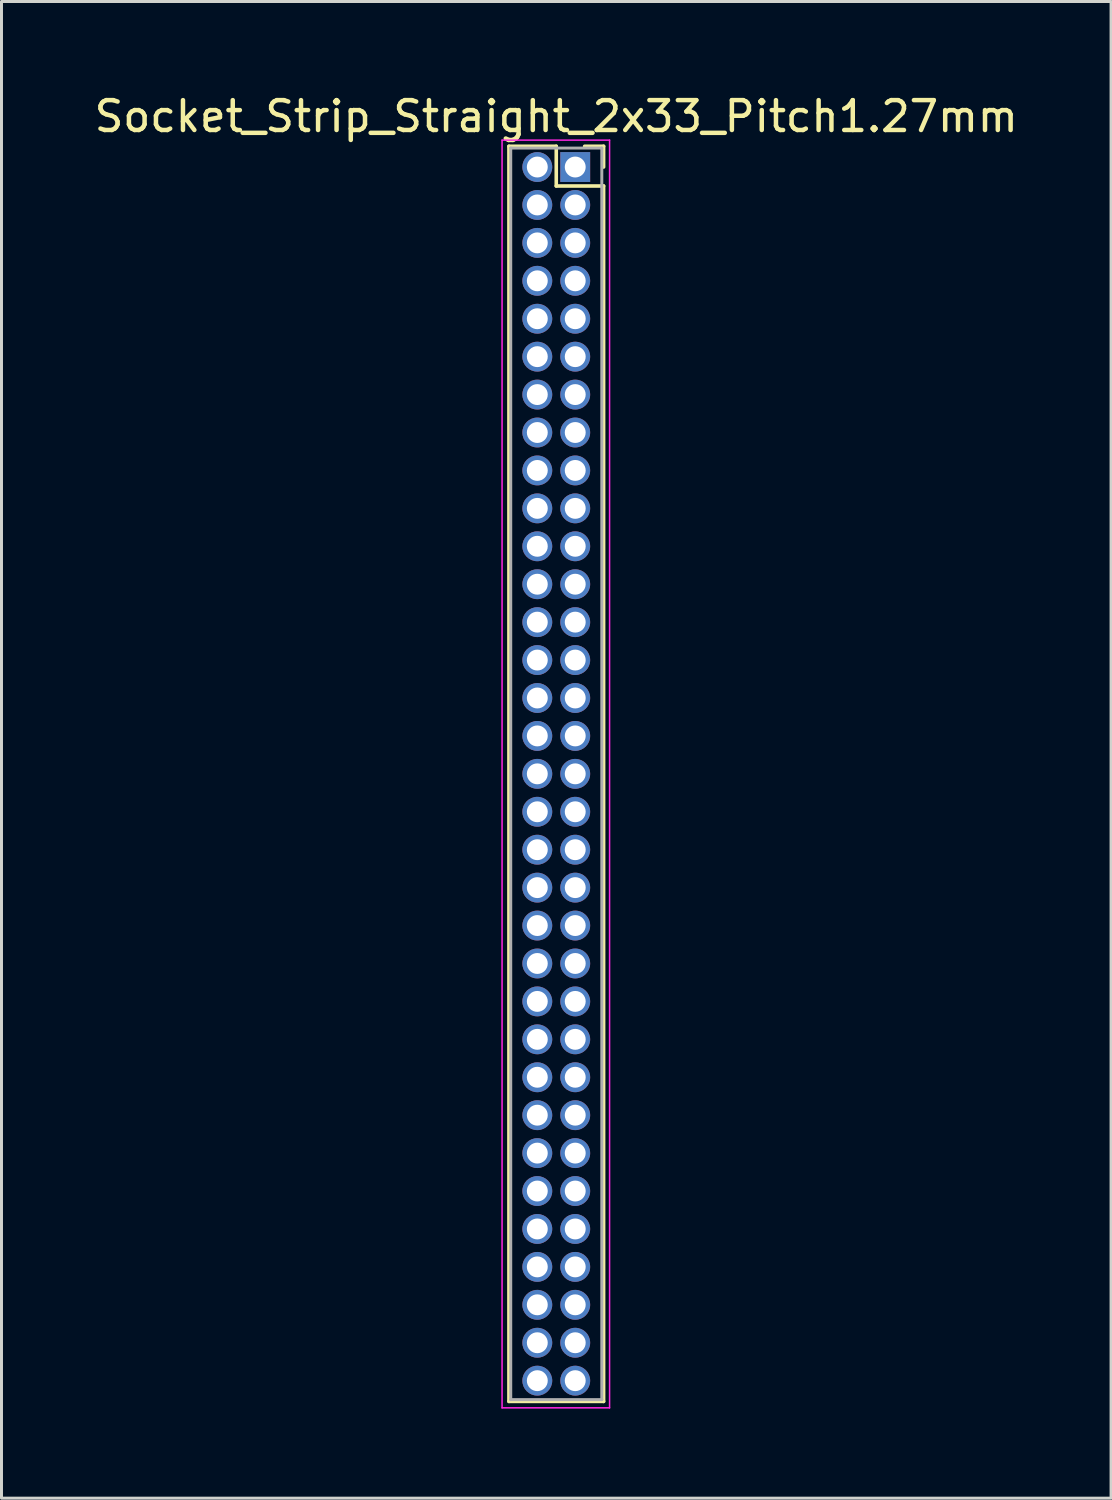
<source format=kicad_pcb>
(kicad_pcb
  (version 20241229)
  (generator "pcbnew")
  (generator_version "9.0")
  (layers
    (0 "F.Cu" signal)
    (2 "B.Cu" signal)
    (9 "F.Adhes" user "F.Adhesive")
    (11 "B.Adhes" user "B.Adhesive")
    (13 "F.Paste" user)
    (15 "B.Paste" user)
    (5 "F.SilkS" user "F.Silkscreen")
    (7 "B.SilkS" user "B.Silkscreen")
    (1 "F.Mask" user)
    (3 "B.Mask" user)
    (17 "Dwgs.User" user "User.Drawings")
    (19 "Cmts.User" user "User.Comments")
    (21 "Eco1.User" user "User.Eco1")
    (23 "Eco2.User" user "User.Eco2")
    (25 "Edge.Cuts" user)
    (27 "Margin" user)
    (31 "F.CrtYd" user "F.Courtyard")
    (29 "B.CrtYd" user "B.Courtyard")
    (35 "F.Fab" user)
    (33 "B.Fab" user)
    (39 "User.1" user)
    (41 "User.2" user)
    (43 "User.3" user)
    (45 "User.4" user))
  (footprint "Socket_Strip_Straight_2x33_Pitch1.27mm"
    (layer "F.Cu")
    (at 16.212 2.543)
    (property "Reference" "Socket_Strip_Straight_2x33_Pitch1.27mm" (at -0.635 -1.695 0) (layer "F.SilkS") (effects (font (size 1 1) (thickness 0.15))))
    (attr through_hole)
    (fp_line (start -2.22 -0.695) (end -0.635 -0.695) (stroke (width 0.12) (type solid)) (layer "F.SilkS"))
    (fp_line (start -2.22 41.335) (end -2.22 -0.695) (stroke (width 0.12) (type solid)) (layer "F.SilkS"))
    (fp_line (start -0.635 -0.695) (end -0.635 0.635) (stroke (width 0.12) (type solid)) (layer "F.SilkS"))
    (fp_line (start -0.635 0.635) (end 0.95 0.635) (stroke (width 0.12) (type solid)) (layer "F.SilkS"))
    (fp_line (start 0.95 -0.695) (end 0.315 -0.695) (stroke (width 0.12) (type solid)) (layer "F.SilkS"))
    (fp_line (start 0.95 0) (end 0.95 -0.695) (stroke (width 0.12) (type solid)) (layer "F.SilkS"))
    (fp_line (start 0.95 0.635) (end 0.95 41.335) (stroke (width 0.12) (type solid)) (layer "F.SilkS"))
    (fp_line (start 0.95 41.335) (end -2.22 41.335) (stroke (width 0.12) (type solid)) (layer "F.SilkS"))
    (fp_line (start -2.45 -0.9) (end -2.45 41.55) (stroke (width 0.05) (type solid)) (layer "F.CrtYd"))
    (fp_line (start -2.45 41.55) (end 1.15 41.55) (stroke (width 0.05) (type solid)) (layer "F.CrtYd"))
    (fp_line (start 1.15 -0.9) (end -2.45 -0.9) (stroke (width 0.05) (type solid)) (layer "F.CrtYd"))
    (fp_line (start 1.15 41.55) (end 1.15 -0.9) (stroke (width 0.05) (type solid)) (layer "F.CrtYd"))
    (fp_line (start -2.16 -0.635) (end -2.16 41.275) (stroke (width 0.1) (type solid)) (layer "F.Fab"))
    (fp_line (start -2.16 41.275) (end 0.89 41.275) (stroke (width 0.1) (type solid)) (layer "F.Fab"))
    (fp_line (start 0.89 -0.635) (end -2.16 -0.635) (stroke (width 0.1) (type solid)) (layer "F.Fab"))
    (fp_line (start 0.89 41.275) (end 0.89 -0.635) (stroke (width 0.1) (type solid)) (layer "F.Fab"))
    (pad "1" thru_hole rect (at 0 0) (size 1 1) (drill 0.7) (layers "*.Cu" "*.Mask"))
    (pad "2" thru_hole oval (at -1.27 0) (size 1 1) (drill 0.7) (layers "*.Cu" "*.Mask"))
    (pad "3" thru_hole oval (at 0 1.27) (size 1 1) (drill 0.7) (layers "*.Cu" "*.Mask"))
    (pad "4" thru_hole oval (at -1.27 1.27) (size 1 1) (drill 0.7) (layers "*.Cu" "*.Mask"))
    (pad "5" thru_hole oval (at 0 2.54) (size 1 1) (drill 0.7) (layers "*.Cu" "*.Mask"))
    (pad "6" thru_hole oval (at -1.27 2.54) (size 1 1) (drill 0.7) (layers "*.Cu" "*.Mask"))
    (pad "7" thru_hole oval (at 0 3.81) (size 1 1) (drill 0.7) (layers "*.Cu" "*.Mask"))
    (pad "8" thru_hole oval (at -1.27 3.81) (size 1 1) (drill 0.7) (layers "*.Cu" "*.Mask"))
    (pad "9" thru_hole oval (at 0 5.08) (size 1 1) (drill 0.7) (layers "*.Cu" "*.Mask"))
    (pad "10" thru_hole oval (at -1.27 5.08) (size 1 1) (drill 0.7) (layers "*.Cu" "*.Mask"))
    (pad "11" thru_hole oval (at 0 6.35) (size 1 1) (drill 0.7) (layers "*.Cu" "*.Mask"))
    (pad "12" thru_hole oval (at -1.27 6.35) (size 1 1) (drill 0.7) (layers "*.Cu" "*.Mask"))
    (pad "13" thru_hole oval (at 0 7.62) (size 1 1) (drill 0.7) (layers "*.Cu" "*.Mask"))
    (pad "14" thru_hole oval (at -1.27 7.62) (size 1 1) (drill 0.7) (layers "*.Cu" "*.Mask"))
    (pad "15" thru_hole oval (at 0 8.89) (size 1 1) (drill 0.7) (layers "*.Cu" "*.Mask"))
    (pad "16" thru_hole oval (at -1.27 8.89) (size 1 1) (drill 0.7) (layers "*.Cu" "*.Mask"))
    (pad "17" thru_hole oval (at 0 10.16) (size 1 1) (drill 0.7) (layers "*.Cu" "*.Mask"))
    (pad "18" thru_hole oval (at -1.27 10.16) (size 1 1) (drill 0.7) (layers "*.Cu" "*.Mask"))
    (pad "19" thru_hole oval (at 0 11.43) (size 1 1) (drill 0.7) (layers "*.Cu" "*.Mask"))
    (pad "20" thru_hole oval (at -1.27 11.43) (size 1 1) (drill 0.7) (layers "*.Cu" "*.Mask"))
    (pad "21" thru_hole oval (at 0 12.7) (size 1 1) (drill 0.7) (layers "*.Cu" "*.Mask"))
    (pad "22" thru_hole oval (at -1.27 12.7) (size 1 1) (drill 0.7) (layers "*.Cu" "*.Mask"))
    (pad "23" thru_hole oval (at 0 13.97) (size 1 1) (drill 0.7) (layers "*.Cu" "*.Mask"))
    (pad "24" thru_hole oval (at -1.27 13.97) (size 1 1) (drill 0.7) (layers "*.Cu" "*.Mask"))
    (pad "25" thru_hole oval (at 0 15.24) (size 1 1) (drill 0.7) (layers "*.Cu" "*.Mask"))
    (pad "26" thru_hole oval (at -1.27 15.24) (size 1 1) (drill 0.7) (layers "*.Cu" "*.Mask"))
    (pad "27" thru_hole oval (at 0 16.51) (size 1 1) (drill 0.7) (layers "*.Cu" "*.Mask"))
    (pad "28" thru_hole oval (at -1.27 16.51) (size 1 1) (drill 0.7) (layers "*.Cu" "*.Mask"))
    (pad "29" thru_hole oval (at 0 17.78) (size 1 1) (drill 0.7) (layers "*.Cu" "*.Mask"))
    (pad "30" thru_hole oval (at -1.27 17.78) (size 1 1) (drill 0.7) (layers "*.Cu" "*.Mask"))
    (pad "31" thru_hole oval (at 0 19.05) (size 1 1) (drill 0.7) (layers "*.Cu" "*.Mask"))
    (pad "32" thru_hole oval (at -1.27 19.05) (size 1 1) (drill 0.7) (layers "*.Cu" "*.Mask"))
    (pad "33" thru_hole oval (at 0 20.32) (size 1 1) (drill 0.7) (layers "*.Cu" "*.Mask"))
    (pad "34" thru_hole oval (at -1.27 20.32) (size 1 1) (drill 0.7) (layers "*.Cu" "*.Mask"))
    (pad "35" thru_hole oval (at 0 21.59) (size 1 1) (drill 0.7) (layers "*.Cu" "*.Mask"))
    (pad "36" thru_hole oval (at -1.27 21.59) (size 1 1) (drill 0.7) (layers "*.Cu" "*.Mask"))
    (pad "37" thru_hole oval (at 0 22.86) (size 1 1) (drill 0.7) (layers "*.Cu" "*.Mask"))
    (pad "38" thru_hole oval (at -1.27 22.86) (size 1 1) (drill 0.7) (layers "*.Cu" "*.Mask"))
    (pad "39" thru_hole oval (at 0 24.13) (size 1 1) (drill 0.7) (layers "*.Cu" "*.Mask"))
    (pad "40" thru_hole oval (at -1.27 24.13) (size 1 1) (drill 0.7) (layers "*.Cu" "*.Mask"))
    (pad "41" thru_hole oval (at 0 25.4) (size 1 1) (drill 0.7) (layers "*.Cu" "*.Mask"))
    (pad "42" thru_hole oval (at -1.27 25.4) (size 1 1) (drill 0.7) (layers "*.Cu" "*.Mask"))
    (pad "43" thru_hole oval (at 0 26.67) (size 1 1) (drill 0.7) (layers "*.Cu" "*.Mask"))
    (pad "44" thru_hole oval (at -1.27 26.67) (size 1 1) (drill 0.7) (layers "*.Cu" "*.Mask"))
    (pad "45" thru_hole oval (at 0 27.94) (size 1 1) (drill 0.7) (layers "*.Cu" "*.Mask"))
    (pad "46" thru_hole oval (at -1.27 27.94) (size 1 1) (drill 0.7) (layers "*.Cu" "*.Mask"))
    (pad "47" thru_hole oval (at 0 29.21) (size 1 1) (drill 0.7) (layers "*.Cu" "*.Mask"))
    (pad "48" thru_hole oval (at -1.27 29.21) (size 1 1) (drill 0.7) (layers "*.Cu" "*.Mask"))
    (pad "49" thru_hole oval (at 0 30.48) (size 1 1) (drill 0.7) (layers "*.Cu" "*.Mask"))
    (pad "50" thru_hole oval (at -1.27 30.48) (size 1 1) (drill 0.7) (layers "*.Cu" "*.Mask"))
    (pad "51" thru_hole oval (at 0 31.75) (size 1 1) (drill 0.7) (layers "*.Cu" "*.Mask"))
    (pad "52" thru_hole oval (at -1.27 31.75) (size 1 1) (drill 0.7) (layers "*.Cu" "*.Mask"))
    (pad "53" thru_hole oval (at 0 33.02) (size 1 1) (drill 0.7) (layers "*.Cu" "*.Mask"))
    (pad "54" thru_hole oval (at -1.27 33.02) (size 1 1) (drill 0.7) (layers "*.Cu" "*.Mask"))
    (pad "55" thru_hole oval (at 0 34.29) (size 1 1) (drill 0.7) (layers "*.Cu" "*.Mask"))
    (pad "56" thru_hole oval (at -1.27 34.29) (size 1 1) (drill 0.7) (layers "*.Cu" "*.Mask"))
    (pad "57" thru_hole oval (at 0 35.56) (size 1 1) (drill 0.7) (layers "*.Cu" "*.Mask"))
    (pad "58" thru_hole oval (at -1.27 35.56) (size 1 1) (drill 0.7) (layers "*.Cu" "*.Mask"))
    (pad "59" thru_hole oval (at 0 36.83) (size 1 1) (drill 0.7) (layers "*.Cu" "*.Mask"))
    (pad "60" thru_hole oval (at -1.27 36.83) (size 1 1) (drill 0.7) (layers "*.Cu" "*.Mask"))
    (pad "61" thru_hole oval (at 0 38.1) (size 1 1) (drill 0.7) (layers "*.Cu" "*.Mask"))
    (pad "62" thru_hole oval (at -1.27 38.1) (size 1 1) (drill 0.7) (layers "*.Cu" "*.Mask"))
    (pad "63" thru_hole oval (at 0 39.37) (size 1 1) (drill 0.7) (layers "*.Cu" "*.Mask"))
    (pad "64" thru_hole oval (at -1.27 39.37) (size 1 1) (drill 0.7) (layers "*.Cu" "*.Mask"))
    (pad "65" thru_hole oval (at 0 40.64) (size 1 1) (drill 0.7) (layers "*.Cu" "*.Mask"))
    (pad "66" thru_hole oval (at -1.27 40.64) (size 1 1) (drill 0.7) (layers "*.Cu" "*.Mask")))
  (gr_rect
    (start -3 -3)
    (end 34.155 47.118)
    (stroke (width 0.1) (type default))
    (fill no)
    (layer "Edge.Cuts")))
</source>
